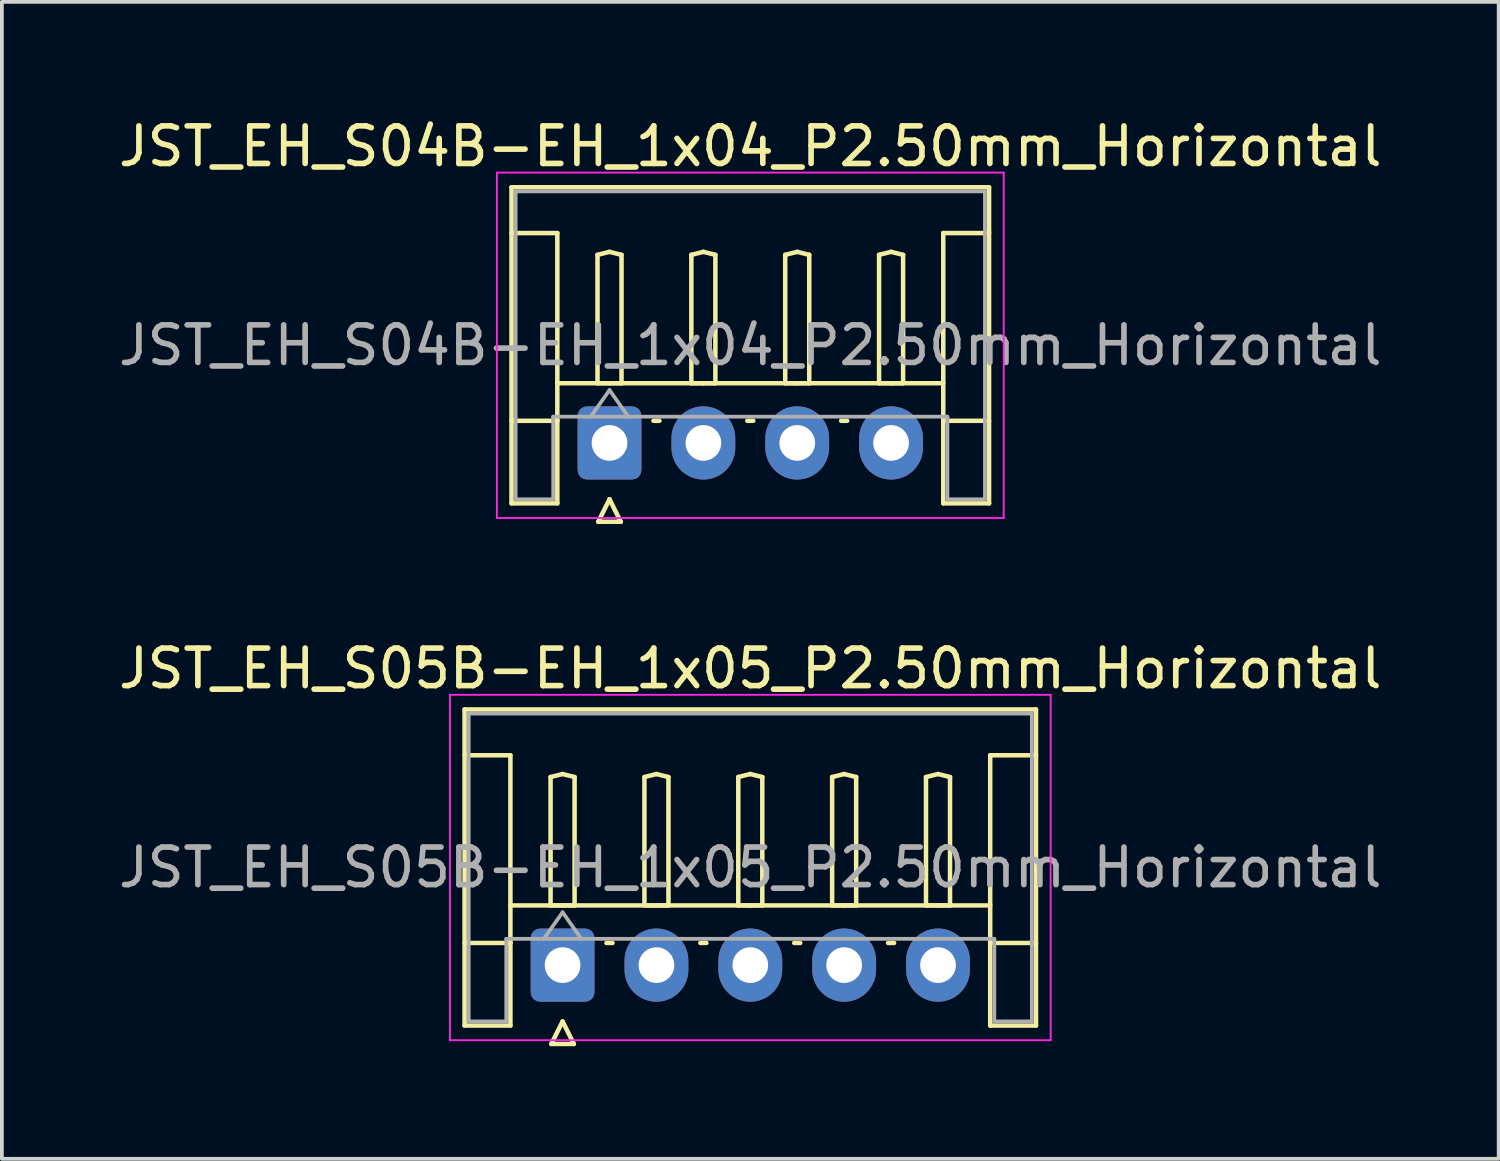
<source format=kicad_pcb>
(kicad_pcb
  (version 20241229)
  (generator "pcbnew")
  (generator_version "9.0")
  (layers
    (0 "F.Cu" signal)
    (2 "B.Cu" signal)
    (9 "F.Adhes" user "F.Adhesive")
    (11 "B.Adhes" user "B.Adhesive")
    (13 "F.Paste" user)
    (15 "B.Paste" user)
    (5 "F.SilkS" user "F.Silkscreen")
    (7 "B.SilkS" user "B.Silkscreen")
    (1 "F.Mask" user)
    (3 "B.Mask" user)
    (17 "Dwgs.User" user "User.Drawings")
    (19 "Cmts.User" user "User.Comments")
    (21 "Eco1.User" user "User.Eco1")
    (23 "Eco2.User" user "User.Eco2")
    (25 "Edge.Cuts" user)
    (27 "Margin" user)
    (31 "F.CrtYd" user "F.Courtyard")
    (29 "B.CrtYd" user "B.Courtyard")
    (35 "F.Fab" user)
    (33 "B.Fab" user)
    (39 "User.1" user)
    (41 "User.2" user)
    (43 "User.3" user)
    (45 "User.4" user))
  (footprint "JST_EH_S05B-EH_1x05_P2.50mm_Horizontal"
    (layer "F.Cu")
    (at 11.935 22.657)
    (property "Reference" "JST_EH_S05B-EH_1x05_P2.50mm_Horizontal" (at 5 -7.9 0) (layer "F.SilkS") (effects (font (size 1 1) (thickness 0.15))))
    (attr through_hole)
    (fp_line (start -2.61 -6.81) (end 12.61 -6.81) (stroke (width 0.12) (type solid)) (layer "F.SilkS"))
    (fp_line (start -2.61 -5.59) (end -1.39 -5.59) (stroke (width 0.12) (type solid)) (layer "F.SilkS"))
    (fp_line (start -2.61 1.61) (end -2.61 -6.81) (stroke (width 0.12) (type solid)) (layer "F.SilkS"))
    (fp_line (start -1.39 -5.59) (end -1.39 -0.59) (stroke (width 0.12) (type solid)) (layer "F.SilkS"))
    (fp_line (start -1.39 -1.59) (end 11.39 -1.59) (stroke (width 0.12) (type solid)) (layer "F.SilkS"))
    (fp_line (start -1.39 -0.59) (end -2.61 -0.59) (stroke (width 0.12) (type solid)) (layer "F.SilkS"))
    (fp_line (start -1.39 -0.59) (end -1.39 1.61) (stroke (width 0.12) (type solid)) (layer "F.SilkS"))
    (fp_line (start -1.39 1.61) (end -2.61 1.61) (stroke (width 0.12) (type solid)) (layer "F.SilkS"))
    (fp_line (start -0.32 -5.01) (end 0 -5.09) (stroke (width 0.12) (type solid)) (layer "F.SilkS"))
    (fp_line (start -0.32 -1.59) (end -0.32 -5.01) (stroke (width 0.12) (type solid)) (layer "F.SilkS"))
    (fp_line (start -0.3 2.1) (end 0.3 2.1) (stroke (width 0.12) (type solid)) (layer "F.SilkS"))
    (fp_line (start 0 -5.09) (end 0.32 -5.01) (stroke (width 0.12) (type solid)) (layer "F.SilkS"))
    (fp_line (start 0 -1.59) (end -0.32 -1.59) (stroke (width 0.12) (type solid)) (layer "F.SilkS"))
    (fp_line (start 0 1.5) (end -0.3 2.1) (stroke (width 0.12) (type solid)) (layer "F.SilkS"))
    (fp_line (start 0.3 2.1) (end 0 1.5) (stroke (width 0.12) (type solid)) (layer "F.SilkS"))
    (fp_line (start 0.32 -5.01) (end 0.32 -1.59) (stroke (width 0.12) (type solid)) (layer "F.SilkS"))
    (fp_line (start 0.32 -1.59) (end 0 -1.59) (stroke (width 0.12) (type solid)) (layer "F.SilkS"))
    (fp_line (start 1.17 -0.59) (end 1.33 -0.59) (stroke (width 0.12) (type solid)) (layer "F.SilkS"))
    (fp_line (start 2.18 -5.01) (end 2.5 -5.09) (stroke (width 0.12) (type solid)) (layer "F.SilkS"))
    (fp_line (start 2.18 -1.59) (end 2.18 -5.01) (stroke (width 0.12) (type solid)) (layer "F.SilkS"))
    (fp_line (start 2.5 -5.09) (end 2.82 -5.01) (stroke (width 0.12) (type solid)) (layer "F.SilkS"))
    (fp_line (start 2.5 -1.59) (end 2.18 -1.59) (stroke (width 0.12) (type solid)) (layer "F.SilkS"))
    (fp_line (start 2.82 -5.01) (end 2.82 -1.59) (stroke (width 0.12) (type solid)) (layer "F.SilkS"))
    (fp_line (start 2.82 -1.59) (end 2.5 -1.59) (stroke (width 0.12) (type solid)) (layer "F.SilkS"))
    (fp_line (start 3.67 -0.59) (end 3.83 -0.59) (stroke (width 0.12) (type solid)) (layer "F.SilkS"))
    (fp_line (start 4.68 -5.01) (end 5 -5.09) (stroke (width 0.12) (type solid)) (layer "F.SilkS"))
    (fp_line (start 4.68 -1.59) (end 4.68 -5.01) (stroke (width 0.12) (type solid)) (layer "F.SilkS"))
    (fp_line (start 5 -5.09) (end 5.32 -5.01) (stroke (width 0.12) (type solid)) (layer "F.SilkS"))
    (fp_line (start 5 -1.59) (end 4.68 -1.59) (stroke (width 0.12) (type solid)) (layer "F.SilkS"))
    (fp_line (start 5.32 -5.01) (end 5.32 -1.59) (stroke (width 0.12) (type solid)) (layer "F.SilkS"))
    (fp_line (start 5.32 -1.59) (end 5 -1.59) (stroke (width 0.12) (type solid)) (layer "F.SilkS"))
    (fp_line (start 6.17 -0.59) (end 6.33 -0.59) (stroke (width 0.12) (type solid)) (layer "F.SilkS"))
    (fp_line (start 7.18 -5.01) (end 7.5 -5.09) (stroke (width 0.12) (type solid)) (layer "F.SilkS"))
    (fp_line (start 7.18 -1.59) (end 7.18 -5.01) (stroke (width 0.12) (type solid)) (layer "F.SilkS"))
    (fp_line (start 7.5 -5.09) (end 7.82 -5.01) (stroke (width 0.12) (type solid)) (layer "F.SilkS"))
    (fp_line (start 7.5 -1.59) (end 7.18 -1.59) (stroke (width 0.12) (type solid)) (layer "F.SilkS"))
    (fp_line (start 7.82 -5.01) (end 7.82 -1.59) (stroke (width 0.12) (type solid)) (layer "F.SilkS"))
    (fp_line (start 7.82 -1.59) (end 7.5 -1.59) (stroke (width 0.12) (type solid)) (layer "F.SilkS"))
    (fp_line (start 8.67 -0.59) (end 8.83 -0.59) (stroke (width 0.12) (type solid)) (layer "F.SilkS"))
    (fp_line (start 9.68 -5.01) (end 10 -5.09) (stroke (width 0.12) (type solid)) (layer "F.SilkS"))
    (fp_line (start 9.68 -1.59) (end 9.68 -5.01) (stroke (width 0.12) (type solid)) (layer "F.SilkS"))
    (fp_line (start 10 -5.09) (end 10.32 -5.01) (stroke (width 0.12) (type solid)) (layer "F.SilkS"))
    (fp_line (start 10 -1.59) (end 9.68 -1.59) (stroke (width 0.12) (type solid)) (layer "F.SilkS"))
    (fp_line (start 10.32 -5.01) (end 10.32 -1.59) (stroke (width 0.12) (type solid)) (layer "F.SilkS"))
    (fp_line (start 10.32 -1.59) (end 10 -1.59) (stroke (width 0.12) (type solid)) (layer "F.SilkS"))
    (fp_line (start 11.39 -5.59) (end 11.39 -0.59) (stroke (width 0.12) (type solid)) (layer "F.SilkS"))
    (fp_line (start 11.39 -0.59) (end 12.61 -0.59) (stroke (width 0.12) (type solid)) (layer "F.SilkS"))
    (fp_line (start 11.39 1.61) (end 11.39 -0.59) (stroke (width 0.12) (type solid)) (layer "F.SilkS"))
    (fp_line (start 12.61 -6.81) (end 12.61 1.61) (stroke (width 0.12) (type solid)) (layer "F.SilkS"))
    (fp_line (start 12.61 -5.59) (end 11.39 -5.59) (stroke (width 0.12) (type solid)) (layer "F.SilkS"))
    (fp_line (start 12.61 1.61) (end 11.39 1.61) (stroke (width 0.12) (type solid)) (layer "F.SilkS"))
    (fp_line (start -3 -7.2) (end -3 2) (stroke (width 0.05) (type solid)) (layer "F.CrtYd"))
    (fp_line (start -3 2) (end 13 2) (stroke (width 0.05) (type solid)) (layer "F.CrtYd"))
    (fp_line (start 13 -7.2) (end -3 -7.2) (stroke (width 0.05) (type solid)) (layer "F.CrtYd"))
    (fp_line (start 13 2) (end 13 -7.2) (stroke (width 0.05) (type solid)) (layer "F.CrtYd"))
    (fp_line (start -2.5 -6.7) (end 12.5 -6.7) (stroke (width 0.1) (type solid)) (layer "F.Fab"))
    (fp_line (start -2.5 1.5) (end -2.5 -6.7) (stroke (width 0.1) (type solid)) (layer "F.Fab"))
    (fp_line (start -1.5 -0.7) (end -1.5 1.5) (stroke (width 0.1) (type solid)) (layer "F.Fab"))
    (fp_line (start -1.5 1.5) (end -2.5 1.5) (stroke (width 0.1) (type solid)) (layer "F.Fab"))
    (fp_line (start -0.5 -0.7) (end 0 -1.407) (stroke (width 0.1) (type solid)) (layer "F.Fab"))
    (fp_line (start 0 -1.407) (end 0.5 -0.7) (stroke (width 0.1) (type solid)) (layer "F.Fab"))
    (fp_line (start 11.5 -0.7) (end -1.5 -0.7) (stroke (width 0.1) (type solid)) (layer "F.Fab"))
    (fp_line (start 11.5 1.5) (end 11.5 -0.7) (stroke (width 0.1) (type solid)) (layer "F.Fab"))
    (fp_line (start 12.5 -6.7) (end 12.5 1.5) (stroke (width 0.1) (type solid)) (layer "F.Fab"))
    (fp_line (start 12.5 1.5) (end 11.5 1.5) (stroke (width 0.1) (type solid)) (layer "F.Fab"))
    (fp_text user "${REFERENCE}" (at 5 -2.6 0) (layer "F.Fab") (effects (font (size 1 1) (thickness 0.15))))
    (pad "1" thru_hole roundrect (at 0 0) (size 1.7 1.95) (drill 0.95) (layers "*.Cu" "*.Mask") (roundrect_rratio 0.147))
    (pad "2" thru_hole oval (at 2.5 0) (size 1.7 1.95) (drill 0.95) (layers "*.Cu" "*.Mask"))
    (pad "3" thru_hole oval (at 5 0) (size 1.7 1.95) (drill 0.95) (layers "*.Cu" "*.Mask"))
    (pad "4" thru_hole oval (at 7.5 0) (size 1.7 1.95) (drill 0.95) (layers "*.Cu" "*.Mask"))
    (pad "5" thru_hole oval (at 10 0) (size 1.7 1.95) (drill 0.95) (layers "*.Cu" "*.Mask")))
  (footprint "JST_EH_S04B-EH_1x04_P2.50mm_Horizontal"
    (layer "F.Cu")
    (at 13.185 8.748)
    (property "Reference" "JST_EH_S04B-EH_1x04_P2.50mm_Horizontal" (at 3.75 -7.9 0) (layer "F.SilkS") (effects (font (size 1 1) (thickness 0.15))))
    (attr through_hole)
    (fp_line (start -2.61 -6.81) (end 10.11 -6.81) (stroke (width 0.12) (type solid)) (layer "F.SilkS"))
    (fp_line (start -2.61 -5.59) (end -1.39 -5.59) (stroke (width 0.12) (type solid)) (layer "F.SilkS"))
    (fp_line (start -2.61 1.61) (end -2.61 -6.81) (stroke (width 0.12) (type solid)) (layer "F.SilkS"))
    (fp_line (start -1.39 -5.59) (end -1.39 -0.59) (stroke (width 0.12) (type solid)) (layer "F.SilkS"))
    (fp_line (start -1.39 -1.59) (end 8.89 -1.59) (stroke (width 0.12) (type solid)) (layer "F.SilkS"))
    (fp_line (start -1.39 -0.59) (end -2.61 -0.59) (stroke (width 0.12) (type solid)) (layer "F.SilkS"))
    (fp_line (start -1.39 -0.59) (end -1.39 1.61) (stroke (width 0.12) (type solid)) (layer "F.SilkS"))
    (fp_line (start -1.39 1.61) (end -2.61 1.61) (stroke (width 0.12) (type solid)) (layer "F.SilkS"))
    (fp_line (start -0.32 -5.01) (end 0 -5.09) (stroke (width 0.12) (type solid)) (layer "F.SilkS"))
    (fp_line (start -0.32 -1.59) (end -0.32 -5.01) (stroke (width 0.12) (type solid)) (layer "F.SilkS"))
    (fp_line (start -0.3 2.1) (end 0.3 2.1) (stroke (width 0.12) (type solid)) (layer "F.SilkS"))
    (fp_line (start 0 -5.09) (end 0.32 -5.01) (stroke (width 0.12) (type solid)) (layer "F.SilkS"))
    (fp_line (start 0 -1.59) (end -0.32 -1.59) (stroke (width 0.12) (type solid)) (layer "F.SilkS"))
    (fp_line (start 0 1.5) (end -0.3 2.1) (stroke (width 0.12) (type solid)) (layer "F.SilkS"))
    (fp_line (start 0.3 2.1) (end 0 1.5) (stroke (width 0.12) (type solid)) (layer "F.SilkS"))
    (fp_line (start 0.32 -5.01) (end 0.32 -1.59) (stroke (width 0.12) (type solid)) (layer "F.SilkS"))
    (fp_line (start 0.32 -1.59) (end 0 -1.59) (stroke (width 0.12) (type solid)) (layer "F.SilkS"))
    (fp_line (start 1.17 -0.59) (end 1.33 -0.59) (stroke (width 0.12) (type solid)) (layer "F.SilkS"))
    (fp_line (start 2.18 -5.01) (end 2.5 -5.09) (stroke (width 0.12) (type solid)) (layer "F.SilkS"))
    (fp_line (start 2.18 -1.59) (end 2.18 -5.01) (stroke (width 0.12) (type solid)) (layer "F.SilkS"))
    (fp_line (start 2.5 -5.09) (end 2.82 -5.01) (stroke (width 0.12) (type solid)) (layer "F.SilkS"))
    (fp_line (start 2.5 -1.59) (end 2.18 -1.59) (stroke (width 0.12) (type solid)) (layer "F.SilkS"))
    (fp_line (start 2.82 -5.01) (end 2.82 -1.59) (stroke (width 0.12) (type solid)) (layer "F.SilkS"))
    (fp_line (start 2.82 -1.59) (end 2.5 -1.59) (stroke (width 0.12) (type solid)) (layer "F.SilkS"))
    (fp_line (start 3.67 -0.59) (end 3.83 -0.59) (stroke (width 0.12) (type solid)) (layer "F.SilkS"))
    (fp_line (start 4.68 -5.01) (end 5 -5.09) (stroke (width 0.12) (type solid)) (layer "F.SilkS"))
    (fp_line (start 4.68 -1.59) (end 4.68 -5.01) (stroke (width 0.12) (type solid)) (layer "F.SilkS"))
    (fp_line (start 5 -5.09) (end 5.32 -5.01) (stroke (width 0.12) (type solid)) (layer "F.SilkS"))
    (fp_line (start 5 -1.59) (end 4.68 -1.59) (stroke (width 0.12) (type solid)) (layer "F.SilkS"))
    (fp_line (start 5.32 -5.01) (end 5.32 -1.59) (stroke (width 0.12) (type solid)) (layer "F.SilkS"))
    (fp_line (start 5.32 -1.59) (end 5 -1.59) (stroke (width 0.12) (type solid)) (layer "F.SilkS"))
    (fp_line (start 6.17 -0.59) (end 6.33 -0.59) (stroke (width 0.12) (type solid)) (layer "F.SilkS"))
    (fp_line (start 7.18 -5.01) (end 7.5 -5.09) (stroke (width 0.12) (type solid)) (layer "F.SilkS"))
    (fp_line (start 7.18 -1.59) (end 7.18 -5.01) (stroke (width 0.12) (type solid)) (layer "F.SilkS"))
    (fp_line (start 7.5 -5.09) (end 7.82 -5.01) (stroke (width 0.12) (type solid)) (layer "F.SilkS"))
    (fp_line (start 7.5 -1.59) (end 7.18 -1.59) (stroke (width 0.12) (type solid)) (layer "F.SilkS"))
    (fp_line (start 7.82 -5.01) (end 7.82 -1.59) (stroke (width 0.12) (type solid)) (layer "F.SilkS"))
    (fp_line (start 7.82 -1.59) (end 7.5 -1.59) (stroke (width 0.12) (type solid)) (layer "F.SilkS"))
    (fp_line (start 8.89 -5.59) (end 8.89 -0.59) (stroke (width 0.12) (type solid)) (layer "F.SilkS"))
    (fp_line (start 8.89 -0.59) (end 10.11 -0.59) (stroke (width 0.12) (type solid)) (layer "F.SilkS"))
    (fp_line (start 8.89 1.61) (end 8.89 -0.59) (stroke (width 0.12) (type solid)) (layer "F.SilkS"))
    (fp_line (start 10.11 -6.81) (end 10.11 1.61) (stroke (width 0.12) (type solid)) (layer "F.SilkS"))
    (fp_line (start 10.11 -5.59) (end 8.89 -5.59) (stroke (width 0.12) (type solid)) (layer "F.SilkS"))
    (fp_line (start 10.11 1.61) (end 8.89 1.61) (stroke (width 0.12) (type solid)) (layer "F.SilkS"))
    (fp_line (start -3 -7.2) (end -3 2) (stroke (width 0.05) (type solid)) (layer "F.CrtYd"))
    (fp_line (start -3 2) (end 10.5 2) (stroke (width 0.05) (type solid)) (layer "F.CrtYd"))
    (fp_line (start 10.5 -7.2) (end -3 -7.2) (stroke (width 0.05) (type solid)) (layer "F.CrtYd"))
    (fp_line (start 10.5 2) (end 10.5 -7.2) (stroke (width 0.05) (type solid)) (layer "F.CrtYd"))
    (fp_line (start -2.5 -6.7) (end 10 -6.7) (stroke (width 0.1) (type solid)) (layer "F.Fab"))
    (fp_line (start -2.5 1.5) (end -2.5 -6.7) (stroke (width 0.1) (type solid)) (layer "F.Fab"))
    (fp_line (start -1.5 -0.7) (end -1.5 1.5) (stroke (width 0.1) (type solid)) (layer "F.Fab"))
    (fp_line (start -1.5 1.5) (end -2.5 1.5) (stroke (width 0.1) (type solid)) (layer "F.Fab"))
    (fp_line (start -0.5 -0.7) (end 0 -1.407) (stroke (width 0.1) (type solid)) (layer "F.Fab"))
    (fp_line (start 0 -1.407) (end 0.5 -0.7) (stroke (width 0.1) (type solid)) (layer "F.Fab"))
    (fp_line (start 9 -0.7) (end -1.5 -0.7) (stroke (width 0.1) (type solid)) (layer "F.Fab"))
    (fp_line (start 9 1.5) (end 9 -0.7) (stroke (width 0.1) (type solid)) (layer "F.Fab"))
    (fp_line (start 10 -6.7) (end 10 1.5) (stroke (width 0.1) (type solid)) (layer "F.Fab"))
    (fp_line (start 10 1.5) (end 9 1.5) (stroke (width 0.1) (type solid)) (layer "F.Fab"))
    (fp_text user "${REFERENCE}" (at 3.75 -2.6 0) (layer "F.Fab") (effects (font (size 1 1) (thickness 0.15))))
    (pad "1" thru_hole roundrect (at 0 0) (size 1.7 1.95) (drill 0.95) (layers "*.Cu" "*.Mask") (roundrect_rratio 0.147))
    (pad "2" thru_hole oval (at 2.5 0) (size 1.7 1.95) (drill 0.95) (layers "*.Cu" "*.Mask"))
    (pad "3" thru_hole oval (at 5 0) (size 1.7 1.95) (drill 0.95) (layers "*.Cu" "*.Mask"))
    (pad "4" thru_hole oval (at 7.5 0) (size 1.7 1.95) (drill 0.95) (layers "*.Cu" "*.Mask")))
  (gr_rect
    (start -3 -3)
    (end 36.869 27.817)
    (stroke (width 0.1) (type default))
    (fill no)
    (layer "Edge.Cuts")))
</source>
